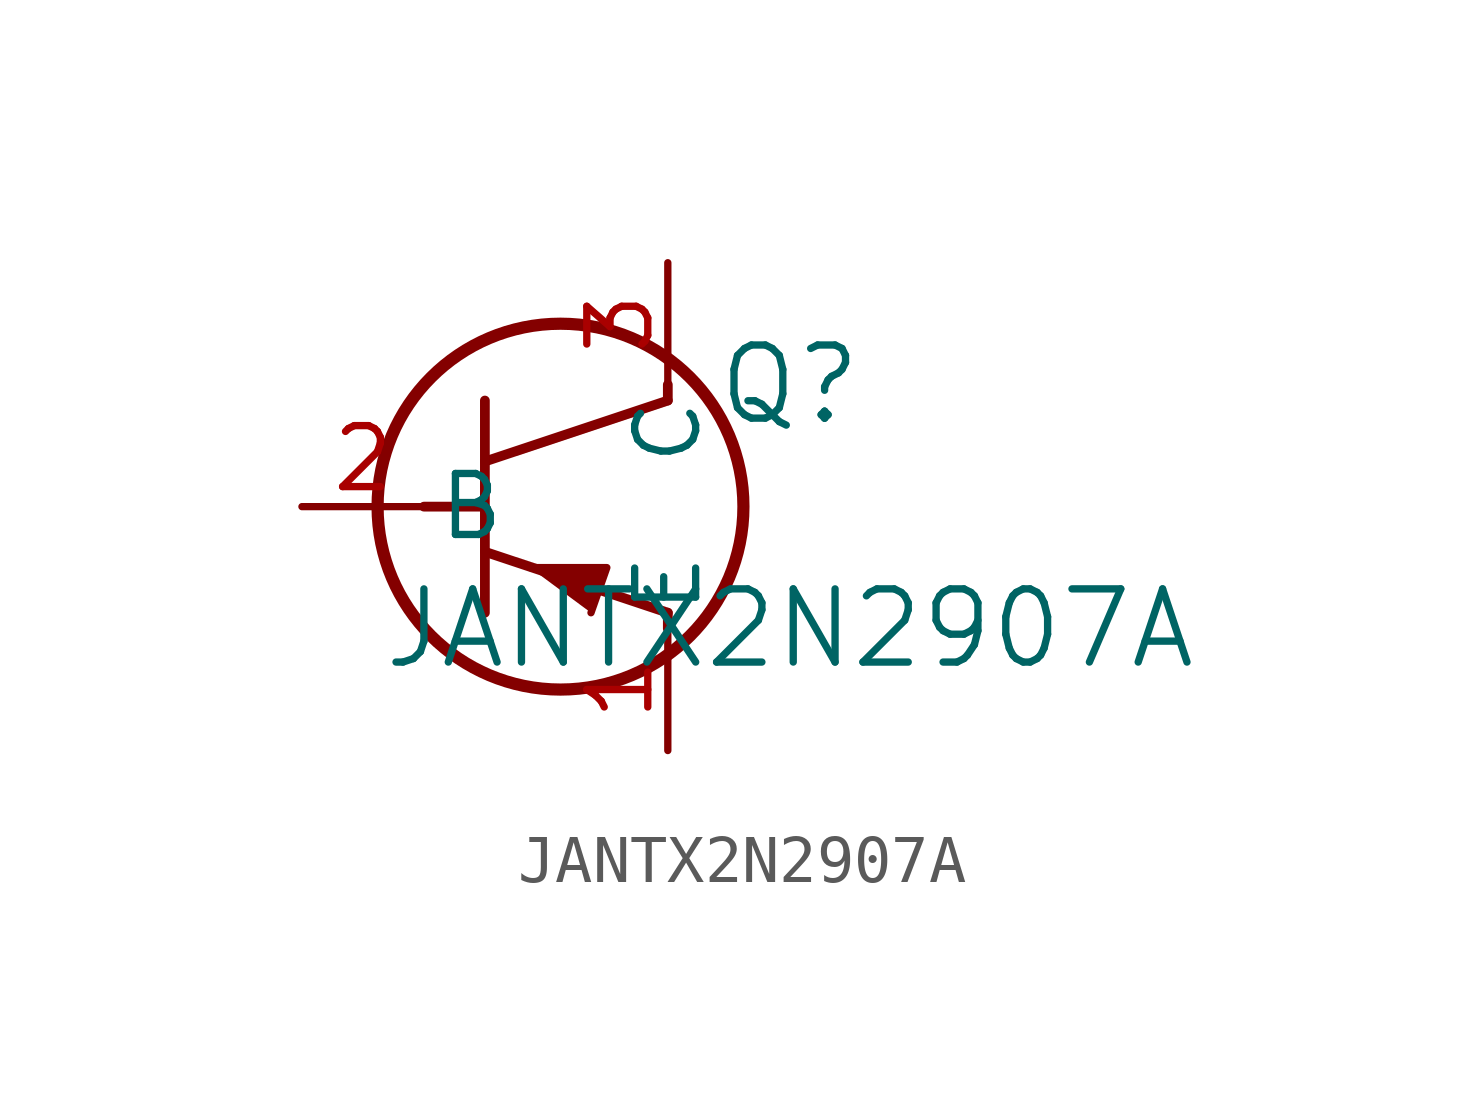
<source format=kicad_sym>
(kicad_symbol_lib
  (version 20211014)
  (generator kicad_symbol_editor)
  (symbol "JANTX2N2907A"
    (pin_names
      (offset 0.254))
    (property "Reference" "Q"
      (at 10.16 2.54 0)
      (effects (font (size 1.524 1.524))))
    (property "Value" "JANTX2N2907A"
      (at 10.16 -2.54 0)
      (effects (font (size 1.524 1.524))))
    (symbol "JANTX2N2907A_0_1"
      (circle (center 5.385 0) (radius 3.81) (stroke (width 0.254) (type default) (color 0 0 0 0)) (fill (type none)))
      (polyline (pts (xy 3.81 -2.21) (xy 3.81 2.21)) (stroke (width 0.203) (type default) (color 0 0 0 0)) (fill (type none)))
      (polyline (pts (xy 3.81 0.94) (xy 7.62 2.21)) (stroke (width 0.203) (type default) (color 0 0 0 0)) (fill (type none)))
      (polyline (pts (xy 3.81 -0.94) (xy 7.62 -2.21)) (stroke (width 0.203) (type default) (color 0 0 0 0)) (fill (type none)))
      (polyline (pts (xy 7.62 -2.54) (xy 7.62 -2.21)) (stroke (width 0.203) (type default) (color 0 0 0 0)) (fill (type none)))
      (polyline (pts (xy 7.62 2.21) (xy 7.62 2.54)) (stroke (width 0.203) (type default) (color 0 0 0 0)) (fill (type none)))
      (polyline (pts (xy 2.54 0) (xy 3.81 0)) (stroke (width 0.203) (type default) (color 0 0 0 0)) (fill (type none)))
      (polyline (pts (xy 6.02 -2.21) (xy 6.35 -1.27) (xy 4.75 -1.27)) (stroke (width 0) (type default) (color 0 0 0 0)) (fill (type outline)))
      (pin unspecified line (at 7.62 -5.08 90) (length 2.54) (name "E" (effects (font (size 1.27 1.27)))) (number "1" (effects (font (size 1.27 1.27)))))
      (pin unspecified line (at 0 0 0) (length 2.54) (name "B" (effects (font (size 1.27 1.27)))) (number "2" (effects (font (size 1.27 1.27)))))
      (pin unspecified line (at 7.62 5.08 270) (length 2.54) (name "C" (effects (font (size 1.27 1.27)))) (number "3" (effects (font (size 1.27 1.27))))))))
</source>
